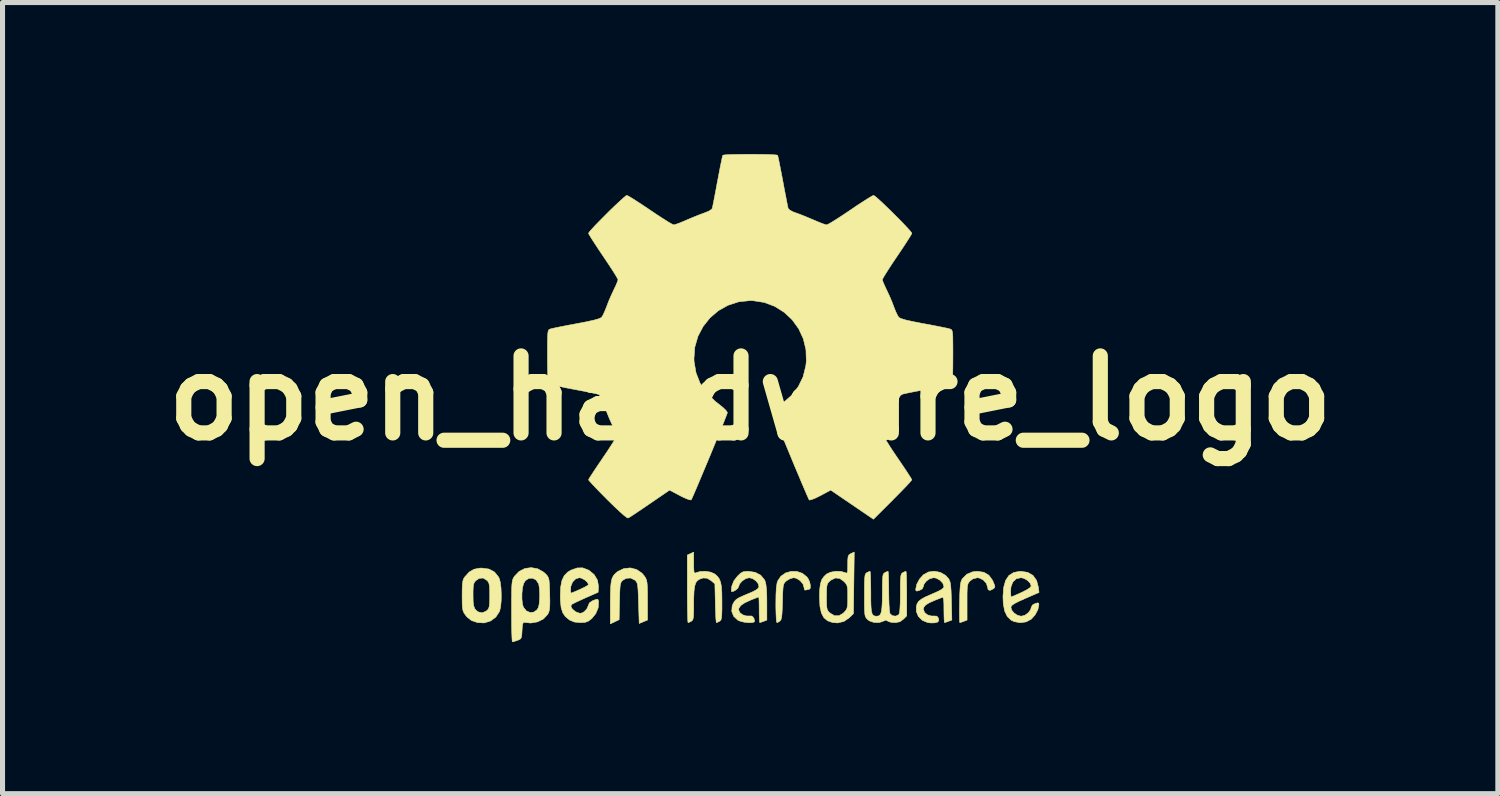
<source format=kicad_pcb>
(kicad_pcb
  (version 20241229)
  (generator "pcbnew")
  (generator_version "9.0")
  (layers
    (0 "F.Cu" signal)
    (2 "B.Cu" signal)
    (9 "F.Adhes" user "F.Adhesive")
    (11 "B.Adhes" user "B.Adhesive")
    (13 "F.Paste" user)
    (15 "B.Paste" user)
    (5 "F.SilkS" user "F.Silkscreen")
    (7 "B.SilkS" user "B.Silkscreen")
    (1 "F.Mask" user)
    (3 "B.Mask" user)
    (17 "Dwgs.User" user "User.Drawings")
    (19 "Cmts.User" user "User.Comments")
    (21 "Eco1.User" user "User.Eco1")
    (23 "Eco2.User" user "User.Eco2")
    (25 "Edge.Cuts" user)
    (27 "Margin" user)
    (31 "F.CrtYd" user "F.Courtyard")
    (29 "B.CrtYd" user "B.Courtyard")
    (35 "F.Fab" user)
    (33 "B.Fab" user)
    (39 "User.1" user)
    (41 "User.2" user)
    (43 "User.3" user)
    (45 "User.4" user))
  (footprint "open_hardware_logo"
    (layer "F.Cu")
    (at 11.8 4.83)
    (property "Reference" "open_hardware_logo" (at 0 0 0) (layer "F.SilkS") (effects (font (size 1.524 1.524) (thickness 0.3))))
    (attr through_hole)
    (fp_poly (pts (xy 4.626 3.448) (xy 4.724 3.506) (xy 4.797 3.606) (xy 4.806 3.626) (xy 4.835 3.696) (xy 4.844 3.735) (xy 4.832 3.759) (xy 4.812 3.776) (xy 4.75 3.807) (xy 4.711 3.795) (xy 4.699 3.745) (xy 4.676 3.669) (xy 4.618 3.604) (xy 4.541 3.563) (xy 4.496 3.556) (xy 4.407 3.58) (xy 4.355 3.618) (xy 4.33 3.645) (xy 4.313 3.674) (xy 4.302 3.715) (xy 4.296 3.776) (xy 4.293 3.867) (xy 4.293 3.997) (xy 4.293 4.038) (xy 4.293 4.395) (xy 4.227 4.42) (xy 4.175 4.439) (xy 4.149 4.445) (xy 4.145 4.421) (xy 4.143 4.355) (xy 4.142 4.255) (xy 4.143 4.13) (xy 4.144 4.045) (xy 4.148 3.888) (xy 4.154 3.774) (xy 4.161 3.693) (xy 4.172 3.637) (xy 4.188 3.596) (xy 4.201 3.574) (xy 4.29 3.486) (xy 4.408 3.438) (xy 4.496 3.429) (xy 4.626 3.448)) (stroke (width 0.01) (type solid)) (fill yes) (layer "F.SilkS"))
    (fp_poly (pts (xy -2.249 3.393) (xy -2.142 3.466) (xy -2.09 3.528) (xy -2.068 3.564) (xy -2.052 3.603) (xy -2.042 3.653) (xy -2.036 3.723) (xy -2.033 3.823) (xy -2.032 3.963) (xy -2.032 4.004) (xy -2.032 4.394) (xy -2.115 4.428) (xy -2.197 4.462) (xy -2.21 4.057) (xy -2.215 3.905) (xy -2.22 3.795) (xy -2.227 3.72) (xy -2.236 3.671) (xy -2.25 3.639) (xy -2.268 3.617) (xy -2.282 3.604) (xy -2.369 3.561) (xy -2.457 3.569) (xy -2.518 3.604) (xy -2.542 3.626) (xy -2.558 3.652) (xy -2.57 3.692) (xy -2.577 3.754) (xy -2.582 3.846) (xy -2.585 3.979) (xy -2.586 4.02) (xy -2.594 4.387) (xy -2.769 4.47) (xy -2.769 4.05) (xy -2.767 3.872) (xy -2.762 3.738) (xy -2.751 3.638) (xy -2.733 3.565) (xy -2.704 3.51) (xy -2.664 3.467) (xy -2.619 3.431) (xy -2.499 3.374) (xy -2.371 3.362) (xy -2.249 3.393)) (stroke (width 0.01) (type solid)) (fill yes) (layer "F.SilkS"))
    (fp_poly (pts (xy 0.926 3.432) (xy 1.034 3.469) (xy 1.123 3.541) (xy 1.152 3.582) (xy 1.179 3.646) (xy 1.192 3.712) (xy 1.19 3.764) (xy 1.171 3.785) (xy 1.17 3.785) (xy 1.128 3.793) (xy 1.107 3.8) (xy 1.076 3.799) (xy 1.067 3.757) (xy 1.067 3.753) (xy 1.045 3.681) (xy 0.989 3.614) (xy 0.917 3.568) (xy 0.862 3.556) (xy 0.794 3.573) (xy 0.724 3.613) (xy 0.719 3.617) (xy 0.691 3.643) (xy 0.671 3.67) (xy 0.658 3.706) (xy 0.65 3.762) (xy 0.645 3.846) (xy 0.641 3.968) (xy 0.64 4.03) (xy 0.635 4.176) (xy 0.629 4.279) (xy 0.621 4.348) (xy 0.608 4.389) (xy 0.591 4.412) (xy 0.59 4.413) (xy 0.547 4.44) (xy 0.529 4.445) (xy 0.521 4.421) (xy 0.515 4.355) (xy 0.511 4.257) (xy 0.508 4.134) (xy 0.508 4.076) (xy 0.51 3.896) (xy 0.517 3.761) (xy 0.53 3.669) (xy 0.543 3.622) (xy 0.608 3.526) (xy 0.701 3.461) (xy 0.811 3.43) (xy 0.926 3.432)) (stroke (width 0.01) (type solid)) (fill yes) (layer "F.SilkS"))
    (fp_poly (pts (xy -1.118 3.265) (xy -1.117 3.37) (xy -1.113 3.432) (xy -1.105 3.46) (xy -1.089 3.464) (xy -1.068 3.455) (xy -0.986 3.432) (xy -0.882 3.429) (xy -0.78 3.446) (xy -0.703 3.481) (xy -0.701 3.482) (xy -0.648 3.529) (xy -0.61 3.581) (xy -0.585 3.647) (xy -0.569 3.735) (xy -0.561 3.855) (xy -0.559 4.015) (xy -0.559 4.036) (xy -0.559 4.178) (xy -0.562 4.278) (xy -0.567 4.344) (xy -0.576 4.384) (xy -0.59 4.406) (xy -0.608 4.419) (xy -0.652 4.44) (xy -0.67 4.445) (xy -0.674 4.421) (xy -0.68 4.355) (xy -0.684 4.256) (xy -0.689 4.132) (xy -0.69 4.062) (xy -0.699 3.678) (xy -0.77 3.617) (xy -0.851 3.566) (xy -0.931 3.561) (xy -0.999 3.584) (xy -1.044 3.613) (xy -1.077 3.656) (xy -1.098 3.722) (xy -1.111 3.818) (xy -1.117 3.951) (xy -1.118 4.064) (xy -1.118 4.2) (xy -1.121 4.294) (xy -1.127 4.354) (xy -1.137 4.39) (xy -1.154 4.41) (xy -1.167 4.419) (xy -1.212 4.44) (xy -1.23 4.445) (xy -1.234 4.421) (xy -1.238 4.352) (xy -1.24 4.246) (xy -1.243 4.109) (xy -1.244 3.948) (xy -1.245 3.776) (xy -1.245 3.107) (xy -1.181 3.078) (xy -1.118 3.049) (xy -1.118 3.265)) (stroke (width 0.01) (type solid)) (fill yes) (layer "F.SilkS"))
    (fp_poly (pts (xy -5.172 3.384) (xy -5.062 3.442) (xy -4.983 3.539) (xy -4.969 3.566) (xy -4.947 3.643) (xy -4.933 3.754) (xy -4.927 3.883) (xy -4.929 4.013) (xy -4.94 4.129) (xy -4.959 4.215) (xy -4.962 4.224) (xy -5.036 4.336) (xy -5.141 4.413) (xy -5.267 4.451) (xy -5.397 4.444) (xy -5.516 4.404) (xy -5.606 4.333) (xy -5.643 4.286) (xy -5.669 4.246) (xy -5.686 4.203) (xy -5.696 4.147) (xy -5.701 4.065) (xy -5.702 3.947) (xy -5.702 3.907) (xy -5.702 3.898) (xy -5.486 3.898) (xy -5.484 4.026) (xy -5.473 4.113) (xy -5.45 4.172) (xy -5.413 4.212) (xy -5.374 4.236) (xy -5.304 4.25) (xy -5.23 4.219) (xy -5.201 4.196) (xy -5.179 4.169) (xy -5.166 4.126) (xy -5.159 4.056) (xy -5.156 3.948) (xy -5.156 3.909) (xy -5.157 3.792) (xy -5.162 3.714) (xy -5.173 3.664) (xy -5.191 3.63) (xy -5.212 3.608) (xy -5.287 3.562) (xy -5.363 3.568) (xy -5.428 3.611) (xy -5.456 3.642) (xy -5.473 3.68) (xy -5.482 3.735) (xy -5.486 3.822) (xy -5.486 3.898) (xy -5.702 3.898) (xy -5.701 3.776) (xy -5.697 3.685) (xy -5.688 3.622) (xy -5.674 3.578) (xy -5.651 3.542) (xy -5.65 3.54) (xy -5.562 3.443) (xy -5.467 3.388) (xy -5.351 3.366) (xy -5.313 3.365) (xy -5.172 3.384)) (stroke (width 0.01) (type solid)) (fill yes) (layer "F.SilkS"))
    (fp_poly (pts (xy 5.494 3.45) (xy 5.598 3.51) (xy 5.669 3.609) (xy 5.704 3.74) (xy 5.718 3.848) (xy 5.444 3.967) (xy 5.317 4.024) (xy 5.233 4.067) (xy 5.183 4.102) (xy 5.162 4.132) (xy 5.161 4.138) (xy 5.175 4.196) (xy 5.223 4.254) (xy 5.29 4.299) (xy 5.362 4.318) (xy 5.364 4.318) (xy 5.437 4.299) (xy 5.505 4.25) (xy 5.551 4.188) (xy 5.563 4.144) (xy 5.587 4.096) (xy 5.639 4.068) (xy 5.691 4.053) (xy 5.712 4.063) (xy 5.715 4.092) (xy 5.695 4.188) (xy 5.641 4.29) (xy 5.565 4.376) (xy 5.564 4.376) (xy 5.464 4.43) (xy 5.345 4.447) (xy 5.226 4.425) (xy 5.166 4.397) (xy 5.09 4.325) (xy 5.038 4.218) (xy 5.01 4.072) (xy 5.004 3.93) (xy 5.013 3.809) (xy 5.156 3.809) (xy 5.158 3.882) (xy 5.162 3.928) (xy 5.166 3.937) (xy 5.192 3.927) (xy 5.252 3.901) (xy 5.336 3.864) (xy 5.369 3.849) (xy 5.474 3.796) (xy 5.54 3.752) (xy 5.563 3.721) (xy 5.541 3.663) (xy 5.486 3.607) (xy 5.415 3.567) (xy 5.359 3.556) (xy 5.266 3.578) (xy 5.199 3.641) (xy 5.162 3.739) (xy 5.156 3.809) (xy 5.013 3.809) (xy 5.017 3.749) (xy 5.056 3.61) (xy 5.122 3.511) (xy 5.216 3.452) (xy 5.34 3.429) (xy 5.359 3.429) (xy 5.494 3.45)) (stroke (width 0.01) (type solid)) (fill yes) (layer "F.SilkS"))
    (fp_poly (pts (xy 2.052 3.657) (xy 2.045 4.266) (xy 1.966 4.345) (xy 1.856 4.421) (xy 1.729 4.451) (xy 1.631 4.443) (xy 1.531 4.408) (xy 1.458 4.347) (xy 1.409 4.254) (xy 1.381 4.125) (xy 1.372 3.953) (xy 1.372 3.937) (xy 1.511 3.937) (xy 1.512 4.054) (xy 1.515 4.132) (xy 1.525 4.183) (xy 1.542 4.216) (xy 1.569 4.245) (xy 1.583 4.257) (xy 1.67 4.308) (xy 1.755 4.309) (xy 1.839 4.26) (xy 1.856 4.244) (xy 1.891 4.206) (xy 1.913 4.169) (xy 1.925 4.12) (xy 1.93 4.047) (xy 1.93 3.937) (xy 1.93 3.826) (xy 1.925 3.753) (xy 1.913 3.704) (xy 1.891 3.668) (xy 1.856 3.63) (xy 1.772 3.57) (xy 1.687 3.561) (xy 1.6 3.603) (xy 1.583 3.617) (xy 1.55 3.647) (xy 1.53 3.678) (xy 1.518 3.721) (xy 1.513 3.788) (xy 1.511 3.889) (xy 1.511 3.937) (xy 1.372 3.937) (xy 1.376 3.787) (xy 1.39 3.676) (xy 1.417 3.594) (xy 1.462 3.53) (xy 1.514 3.482) (xy 1.59 3.447) (xy 1.691 3.429) (xy 1.795 3.431) (xy 1.879 3.454) (xy 1.881 3.455) (xy 1.906 3.465) (xy 1.921 3.456) (xy 1.928 3.419) (xy 1.93 3.344) (xy 1.93 3.294) (xy 1.932 3.197) (xy 1.938 3.138) (xy 1.953 3.105) (xy 1.98 3.085) (xy 1.995 3.077) (xy 2.06 3.048) (xy 2.052 3.657)) (stroke (width 0.01) (type solid)) (fill yes) (layer "F.SilkS"))
    (fp_poly (pts (xy -4.206 3.379) (xy -4.089 3.445) (xy -4.039 3.491) (xy -4.012 3.523) (xy -3.994 3.557) (xy -3.982 3.604) (xy -3.975 3.674) (xy -3.97 3.777) (xy -3.968 3.882) (xy -3.965 4.019) (xy -3.967 4.116) (xy -3.973 4.184) (xy -3.985 4.232) (xy -4.003 4.272) (xy -4.011 4.285) (xy -4.094 4.373) (xy -4.209 4.43) (xy -4.343 4.453) (xy -4.47 4.441) (xy -4.492 4.446) (xy -4.505 4.481) (xy -4.513 4.553) (xy -4.516 4.599) (xy -4.521 4.689) (xy -4.531 4.742) (xy -4.552 4.771) (xy -4.59 4.79) (xy -4.607 4.796) (xy -4.667 4.816) (xy -4.705 4.826) (xy -4.707 4.826) (xy -4.712 4.802) (xy -4.716 4.734) (xy -4.72 4.629) (xy -4.723 4.494) (xy -4.724 4.336) (xy -4.724 4.22) (xy -4.724 4.029) (xy -4.723 3.882) (xy -4.723 3.866) (xy -4.518 3.866) (xy -4.518 3.981) (xy -4.507 4.081) (xy -4.489 4.14) (xy -4.431 4.212) (xy -4.358 4.244) (xy -4.283 4.237) (xy -4.219 4.19) (xy -4.194 4.149) (xy -4.178 4.084) (xy -4.169 3.987) (xy -4.167 3.877) (xy -4.172 3.772) (xy -4.184 3.691) (xy -4.19 3.673) (xy -4.239 3.6) (xy -4.308 3.565) (xy -4.382 3.569) (xy -4.449 3.613) (xy -4.485 3.67) (xy -4.507 3.756) (xy -4.518 3.866) (xy -4.723 3.866) (xy -4.721 3.771) (xy -4.717 3.691) (xy -4.71 3.634) (xy -4.701 3.593) (xy -4.688 3.562) (xy -4.67 3.533) (xy -4.667 3.528) (xy -4.574 3.431) (xy -4.46 3.373) (xy -4.334 3.356) (xy -4.206 3.379)) (stroke (width 0.01) (type solid)) (fill yes) (layer "F.SilkS"))
    (fp_poly (pts (xy -3.202 3.404) (xy -3.19 3.41) (xy -3.088 3.495) (xy -3.023 3.605) (xy -3.002 3.729) (xy -3.003 3.745) (xy -3.01 3.845) (xy -3.264 3.956) (xy -3.369 4.004) (xy -3.457 4.045) (xy -3.518 4.076) (xy -3.539 4.089) (xy -3.548 4.127) (xy -3.521 4.175) (xy -3.468 4.221) (xy -3.428 4.242) (xy -3.367 4.261) (xy -3.321 4.25) (xy -3.281 4.224) (xy -3.231 4.169) (xy -3.205 4.108) (xy -3.205 4.108) (xy -3.183 4.054) (xy -3.125 4.014) (xy -3.104 4.005) (xy -3.043 3.983) (xy -3.015 3.984) (xy -3.004 4.012) (xy -3.001 4.034) (xy -3.009 4.152) (xy -3.058 4.269) (xy -3.138 4.366) (xy -3.202 4.415) (xy -3.265 4.439) (xy -3.351 4.445) (xy -3.363 4.445) (xy -3.477 4.434) (xy -3.567 4.398) (xy -3.584 4.387) (xy -3.66 4.324) (xy -3.712 4.246) (xy -3.743 4.144) (xy -3.757 4.008) (xy -3.759 3.913) (xy -3.753 3.775) (xy -3.556 3.775) (xy -3.553 3.833) (xy -3.547 3.86) (xy -3.546 3.861) (xy -3.519 3.851) (xy -3.459 3.826) (xy -3.377 3.79) (xy -3.368 3.786) (xy -3.286 3.747) (xy -3.227 3.714) (xy -3.201 3.693) (xy -3.2 3.692) (xy -3.221 3.649) (xy -3.272 3.602) (xy -3.334 3.567) (xy -3.381 3.556) (xy -3.455 3.579) (xy -3.515 3.64) (xy -3.55 3.725) (xy -3.556 3.775) (xy -3.753 3.775) (xy -3.752 3.742) (xy -3.727 3.612) (xy -3.681 3.515) (xy -3.612 3.444) (xy -3.546 3.405) (xy -3.424 3.362) (xy -3.314 3.361) (xy -3.202 3.404)) (stroke (width 0.01) (type solid)) (fill yes) (layer "F.SilkS"))
    (fp_poly (pts (xy 3.764 3.45) (xy 3.867 3.509) (xy 3.927 3.574) (xy 3.946 3.61) (xy 3.961 3.656) (xy 3.97 3.723) (xy 3.977 3.818) (xy 3.982 3.952) (xy 3.984 4.019) (xy 3.992 4.394) (xy 3.925 4.419) (xy 3.872 4.438) (xy 3.846 4.445) (xy 3.842 4.421) (xy 3.838 4.358) (xy 3.836 4.265) (xy 3.835 4.188) (xy 3.834 4.067) (xy 3.829 3.99) (xy 3.819 3.951) (xy 3.804 3.944) (xy 3.804 3.944) (xy 3.762 3.961) (xy 3.694 3.988) (xy 3.658 4.002) (xy 3.544 4.052) (xy 3.472 4.097) (xy 3.437 4.142) (xy 3.429 4.181) (xy 3.452 4.244) (xy 3.51 4.291) (xy 3.588 4.314) (xy 3.631 4.313) (xy 3.696 4.317) (xy 3.728 4.358) (xy 3.734 4.406) (xy 3.711 4.434) (xy 3.653 4.45) (xy 3.572 4.451) (xy 3.512 4.443) (xy 3.406 4.399) (xy 3.329 4.322) (xy 3.288 4.223) (xy 3.288 4.128) (xy 3.304 4.071) (xy 3.334 4.024) (xy 3.386 3.982) (xy 3.468 3.936) (xy 3.589 3.883) (xy 3.614 3.872) (xy 3.723 3.824) (xy 3.792 3.786) (xy 3.827 3.755) (xy 3.835 3.73) (xy 3.813 3.665) (xy 3.757 3.606) (xy 3.684 3.565) (xy 3.632 3.556) (xy 3.556 3.575) (xy 3.487 3.623) (xy 3.44 3.686) (xy 3.429 3.73) (xy 3.405 3.778) (xy 3.353 3.806) (xy 3.3 3.821) (xy 3.28 3.811) (xy 3.277 3.782) (xy 3.297 3.686) (xy 3.351 3.584) (xy 3.427 3.498) (xy 3.427 3.498) (xy 3.53 3.442) (xy 3.647 3.427) (xy 3.764 3.45)) (stroke (width 0.01) (type solid)) (fill yes) (layer "F.SilkS"))
    (fp_poly (pts (xy 0.099 3.449) (xy 0.208 3.506) (xy 0.282 3.595) (xy 0.294 3.619) (xy 0.311 3.685) (xy 0.323 3.786) (xy 0.329 3.928) (xy 0.33 4.051) (xy 0.33 4.395) (xy 0.265 4.42) (xy 0.213 4.438) (xy 0.189 4.445) (xy 0.184 4.421) (xy 0.181 4.358) (xy 0.178 4.265) (xy 0.178 4.191) (xy 0.177 4.084) (xy 0.175 4) (xy 0.172 3.948) (xy 0.169 3.937) (xy 0.143 3.946) (xy 0.084 3.969) (xy 0.015 3.996) (xy -0.108 4.053) (xy -0.186 4.106) (xy -0.223 4.159) (xy -0.229 4.19) (xy -0.206 4.246) (xy -0.149 4.29) (xy -0.074 4.313) (xy -0.027 4.313) (xy 0.033 4.314) (xy 0.067 4.347) (xy 0.073 4.358) (xy 0.087 4.407) (xy 0.083 4.43) (xy 0.04 4.445) (xy -0.034 4.446) (xy -0.12 4.436) (xy -0.2 4.416) (xy -0.245 4.396) (xy -0.327 4.32) (xy -0.365 4.223) (xy -0.357 4.116) (xy -0.339 4.07) (xy -0.311 4.023) (xy -0.276 3.986) (xy -0.22 3.951) (xy -0.135 3.912) (xy -0.064 3.882) (xy 0.051 3.833) (xy 0.124 3.794) (xy 0.162 3.761) (xy 0.173 3.736) (xy 0.16 3.676) (xy 0.112 3.616) (xy 0.045 3.572) (xy -0.021 3.556) (xy -0.089 3.574) (xy -0.158 3.62) (xy -0.21 3.679) (xy -0.229 3.733) (xy -0.247 3.767) (xy -0.289 3.802) (xy -0.336 3.828) (xy -0.369 3.83) (xy -0.371 3.829) (xy -0.373 3.801) (xy -0.367 3.742) (xy -0.364 3.723) (xy -0.323 3.618) (xy -0.254 3.528) (xy -0.193 3.469) (xy -0.14 3.439) (xy -0.074 3.43) (xy -0.036 3.429) (xy 0.099 3.449)) (stroke (width 0.01) (type solid)) (fill yes) (layer "F.SilkS"))
    (fp_poly (pts (xy 3.089 3.453) (xy 3.093 3.52) (xy 3.096 3.621) (xy 3.098 3.748) (xy 3.099 3.87) (xy 3.099 4.311) (xy 3.032 4.378) (xy 2.965 4.427) (xy 2.883 4.444) (xy 2.859 4.445) (xy 2.785 4.438) (xy 2.731 4.42) (xy 2.722 4.414) (xy 2.687 4.395) (xy 2.641 4.414) (xy 2.553 4.444) (xy 2.452 4.442) (xy 2.361 4.411) (xy 2.323 4.383) (xy 2.3 4.358) (xy 2.283 4.331) (xy 2.272 4.295) (xy 2.266 4.24) (xy 2.262 4.158) (xy 2.261 4.042) (xy 2.261 3.901) (xy 2.261 3.745) (xy 2.263 3.633) (xy 2.267 3.556) (xy 2.274 3.506) (xy 2.285 3.477) (xy 2.3 3.461) (xy 2.31 3.455) (xy 2.355 3.434) (xy 2.373 3.429) (xy 2.378 3.453) (xy 2.382 3.519) (xy 2.385 3.62) (xy 2.387 3.746) (xy 2.388 3.843) (xy 2.388 4.01) (xy 2.392 4.132) (xy 2.4 4.217) (xy 2.415 4.272) (xy 2.437 4.302) (xy 2.469 4.315) (xy 2.506 4.318) (xy 2.546 4.311) (xy 2.575 4.286) (xy 2.595 4.236) (xy 2.607 4.155) (xy 2.614 4.036) (xy 2.616 3.875) (xy 2.616 3.851) (xy 2.617 3.706) (xy 2.619 3.603) (xy 2.624 3.535) (xy 2.632 3.494) (xy 2.646 3.47) (xy 2.665 3.456) (xy 2.665 3.455) (xy 2.711 3.434) (xy 2.729 3.429) (xy 2.734 3.453) (xy 2.738 3.519) (xy 2.741 3.619) (xy 2.743 3.743) (xy 2.743 3.824) (xy 2.745 3.97) (xy 2.749 4.097) (xy 2.757 4.196) (xy 2.765 4.257) (xy 2.769 4.269) (xy 2.815 4.308) (xy 2.879 4.316) (xy 2.938 4.291) (xy 2.941 4.288) (xy 2.955 4.252) (xy 2.964 4.173) (xy 2.97 4.05) (xy 2.972 3.878) (xy 2.972 3.869) (xy 2.972 3.72) (xy 2.974 3.614) (xy 2.979 3.543) (xy 2.987 3.498) (xy 2.999 3.473) (xy 3.017 3.458) (xy 3.021 3.455) (xy 3.066 3.434) (xy 3.084 3.429) (xy 3.089 3.453)) (stroke (width 0.01) (type solid)) (fill yes) (layer "F.SilkS"))
    (fp_poly (pts (xy 0.207 -4.824) (xy 0.334 -4.822) (xy 0.438 -4.818) (xy 0.511 -4.813) (xy 0.542 -4.807) (xy 0.543 -4.806) (xy 0.551 -4.776) (xy 0.567 -4.704) (xy 0.588 -4.598) (xy 0.614 -4.465) (xy 0.643 -4.315) (xy 0.647 -4.292) (xy 0.676 -4.137) (xy 0.703 -3.998) (xy 0.725 -3.883) (xy 0.742 -3.799) (xy 0.751 -3.756) (xy 0.752 -3.754) (xy 0.783 -3.722) (xy 0.848 -3.687) (xy 0.897 -3.669) (xy 0.981 -3.639) (xy 1.092 -3.595) (xy 1.21 -3.545) (xy 1.251 -3.528) (xy 1.352 -3.485) (xy 1.438 -3.451) (xy 1.497 -3.432) (xy 1.513 -3.429) (xy 1.546 -3.443) (xy 1.613 -3.481) (xy 1.708 -3.54) (xy 1.823 -3.615) (xy 1.953 -3.702) (xy 1.981 -3.721) (xy 2.112 -3.81) (xy 2.231 -3.887) (xy 2.329 -3.95) (xy 2.401 -3.993) (xy 2.44 -4.013) (xy 2.443 -4.013) (xy 2.47 -3.996) (xy 2.526 -3.949) (xy 2.604 -3.878) (xy 2.696 -3.79) (xy 2.797 -3.692) (xy 2.899 -3.59) (xy 2.996 -3.492) (xy 3.081 -3.403) (xy 3.148 -3.33) (xy 3.19 -3.281) (xy 3.2 -3.262) (xy 3.187 -3.234) (xy 3.148 -3.171) (xy 3.09 -3.08) (xy 3.015 -2.966) (xy 2.929 -2.838) (xy 2.908 -2.807) (xy 2.82 -2.676) (xy 2.742 -2.557) (xy 2.68 -2.459) (xy 2.636 -2.386) (xy 2.617 -2.348) (xy 2.616 -2.344) (xy 2.627 -2.306) (xy 2.656 -2.237) (xy 2.696 -2.151) (xy 2.702 -2.139) (xy 2.756 -2.024) (xy 2.81 -1.897) (xy 2.845 -1.803) (xy 2.881 -1.713) (xy 2.917 -1.638) (xy 2.944 -1.596) (xy 2.989 -1.573) (xy 3.083 -1.545) (xy 3.228 -1.513) (xy 3.422 -1.475) (xy 3.442 -1.472) (xy 3.592 -1.444) (xy 3.727 -1.418) (xy 3.84 -1.395) (xy 3.92 -1.378) (xy 3.956 -1.368) (xy 3.975 -1.36) (xy 3.99 -1.347) (xy 4 -1.321) (xy 4.007 -1.277) (xy 4.011 -1.208) (xy 4.012 -1.107) (xy 4.013 -0.967) (xy 4.013 -0.829) (xy 4.012 -0.641) (xy 4.01 -0.498) (xy 4.005 -0.395) (xy 3.997 -0.329) (xy 3.987 -0.292) (xy 3.981 -0.284) (xy 3.946 -0.271) (xy 3.87 -0.251) (xy 3.762 -0.227) (xy 3.629 -0.2) (xy 3.504 -0.176) (xy 3.357 -0.148) (xy 3.224 -0.122) (xy 3.114 -0.1) (xy 3.038 -0.083) (xy 3.006 -0.074) (xy 2.972 -0.048) (xy 2.937 0.011) (xy 2.899 0.108) (xy 2.882 0.157) (xy 2.837 0.283) (xy 2.783 0.416) (xy 2.731 0.53) (xy 2.727 0.539) (xy 2.685 0.627) (xy 2.655 0.7) (xy 2.642 0.744) (xy 2.642 0.747) (xy 2.655 0.778) (xy 2.694 0.844) (xy 2.753 0.938) (xy 2.827 1.052) (xy 2.913 1.179) (xy 2.921 1.19) (xy 3.007 1.317) (xy 3.083 1.43) (xy 3.143 1.522) (xy 3.184 1.587) (xy 3.2 1.617) (xy 3.2 1.618) (xy 3.183 1.641) (xy 3.135 1.695) (xy 3.061 1.773) (xy 2.967 1.87) (xy 2.858 1.98) (xy 2.82 2.019) (xy 2.44 2.398) (xy 2.017 2.11) (xy 1.594 1.822) (xy 1.392 1.93) (xy 1.299 1.976) (xy 1.224 2.007) (xy 1.177 2.018) (xy 1.168 2.016) (xy 1.154 1.988) (xy 1.124 1.92) (xy 1.08 1.818) (xy 1.024 1.688) (xy 0.961 1.537) (xy 0.891 1.372) (xy 0.819 1.198) (xy 0.746 1.022) (xy 0.676 0.852) (xy 0.61 0.692) (xy 0.553 0.551) (xy 0.506 0.433) (xy 0.472 0.347) (xy 0.454 0.297) (xy 0.452 0.29) (xy 0.468 0.258) (xy 0.518 0.206) (xy 0.593 0.142) (xy 0.621 0.12) (xy 0.81 -0.045) (xy 0.951 -0.224) (xy 1.047 -0.42) (xy 1.101 -0.639) (xy 1.111 -0.727) (xy 1.104 -0.956) (xy 1.052 -1.173) (xy 0.96 -1.372) (xy 0.832 -1.549) (xy 0.673 -1.698) (xy 0.487 -1.815) (xy 0.28 -1.893) (xy 0.056 -1.928) (xy 0 -1.93) (xy -0.227 -1.906) (xy -0.439 -1.837) (xy -0.63 -1.73) (xy -0.796 -1.588) (xy -0.932 -1.417) (xy -1.034 -1.223) (xy -1.096 -1.009) (xy -1.113 -0.783) (xy -1.111 -0.727) (xy -1.072 -0.499) (xy -0.992 -0.295) (xy -0.868 -0.11) (xy -0.697 0.06) (xy -0.621 0.12) (xy -0.539 0.186) (xy -0.48 0.243) (xy -0.453 0.282) (xy -0.452 0.29) (xy -0.463 0.324) (xy -0.492 0.398) (xy -0.534 0.505) (xy -0.588 0.638) (xy -0.651 0.792) (xy -0.72 0.959) (xy -0.792 1.134) (xy -0.865 1.309) (xy -0.936 1.478) (xy -1.002 1.635) (xy -1.06 1.773) (xy -1.109 1.886) (xy -1.145 1.968) (xy -1.165 2.011) (xy -1.168 2.016) (xy -1.199 2.014) (xy -1.262 1.992) (xy -1.348 1.953) (xy -1.392 1.93) (xy -1.595 1.822) (xy -1.99 2.092) (xy -2.116 2.178) (xy -2.229 2.254) (xy -2.322 2.316) (xy -2.387 2.358) (xy -2.418 2.375) (xy -2.418 2.375) (xy -2.446 2.362) (xy -2.504 2.317) (xy -2.587 2.243) (xy -2.69 2.146) (xy -2.808 2.031) (xy -2.826 2.013) (xy -2.938 1.9) (xy -3.036 1.799) (xy -3.116 1.715) (xy -3.172 1.653) (xy -3.199 1.621) (xy -3.2 1.618) (xy -3.187 1.591) (xy -3.148 1.53) (xy -3.09 1.441) (xy -3.016 1.33) (xy -2.93 1.204) (xy -2.921 1.19) (xy -2.834 1.062) (xy -2.759 0.947) (xy -2.698 0.851) (xy -2.658 0.783) (xy -2.642 0.748) (xy -2.642 0.747) (xy -2.652 0.707) (xy -2.681 0.637) (xy -2.721 0.55) (xy -2.727 0.539) (xy -2.778 0.428) (xy -2.832 0.296) (xy -2.878 0.168) (xy -2.882 0.157) (xy -2.923 0.043) (xy -2.959 -0.03) (xy -2.993 -0.068) (xy -3.006 -0.074) (xy -3.048 -0.085) (xy -3.131 -0.103) (xy -3.245 -0.127) (xy -3.382 -0.153) (xy -3.504 -0.176) (xy -3.65 -0.204) (xy -3.779 -0.231) (xy -3.884 -0.254) (xy -3.954 -0.273) (xy -3.981 -0.284) (xy -3.993 -0.307) (xy -4.001 -0.359) (xy -4.007 -0.443) (xy -4.011 -0.566) (xy -4.013 -0.732) (xy -4.013 -0.829) (xy -4.013 -1.004) (xy -4.012 -1.134) (xy -4.01 -1.227) (xy -4.005 -1.29) (xy -3.998 -1.329) (xy -3.987 -1.351) (xy -3.971 -1.362) (xy -3.956 -1.368) (xy -3.913 -1.379) (xy -3.83 -1.397) (xy -3.715 -1.42) (xy -3.577 -1.447) (xy -3.442 -1.472) (xy -3.243 -1.51) (xy -3.094 -1.543) (xy -2.995 -1.571) (xy -2.946 -1.594) (xy -2.944 -1.596) (xy -2.915 -1.641) (xy -2.879 -1.718) (xy -2.845 -1.803) (xy -2.802 -1.916) (xy -2.747 -2.043) (xy -2.702 -2.139) (xy -2.66 -2.226) (xy -2.63 -2.298) (xy -2.616 -2.341) (xy -2.616 -2.344) (xy -2.63 -2.374) (xy -2.668 -2.439) (xy -2.727 -2.533) (xy -2.802 -2.647) (xy -2.888 -2.776) (xy -2.908 -2.806) (xy -2.997 -2.937) (xy -3.074 -3.055) (xy -3.137 -3.152) (xy -3.18 -3.223) (xy -3.2 -3.259) (xy -3.2 -3.263) (xy -3.183 -3.29) (xy -3.135 -3.345) (xy -3.064 -3.422) (xy -2.975 -3.513) (xy -2.876 -3.613) (xy -2.774 -3.715) (xy -2.674 -3.811) (xy -2.584 -3.895) (xy -2.511 -3.961) (xy -2.461 -4.003) (xy -2.442 -4.013) (xy -2.412 -3.999) (xy -2.347 -3.961) (xy -2.254 -3.902) (xy -2.139 -3.827) (xy -2.01 -3.741) (xy -1.981 -3.721) (xy -1.85 -3.633) (xy -1.73 -3.555) (xy -1.631 -3.492) (xy -1.557 -3.449) (xy -1.517 -3.43) (xy -1.513 -3.429) (xy -1.474 -3.439) (xy -1.4 -3.465) (xy -1.306 -3.504) (xy -1.251 -3.528) (xy -1.135 -3.577) (xy -1.019 -3.624) (xy -0.923 -3.66) (xy -0.897 -3.669) (xy -0.817 -3.702) (xy -0.764 -3.737) (xy -0.752 -3.754) (xy -0.743 -3.792) (xy -0.727 -3.871) (xy -0.705 -3.983) (xy -0.679 -4.12) (xy -0.651 -4.273) (xy -0.647 -4.292) (xy -0.618 -4.444) (xy -0.592 -4.58) (xy -0.569 -4.69) (xy -0.553 -4.768) (xy -0.543 -4.805) (xy -0.543 -4.806) (xy -0.514 -4.813) (xy -0.445 -4.818) (xy -0.342 -4.822) (xy -0.217 -4.824) (xy -0.077 -4.825) (xy 0.067 -4.825) (xy 0.207 -4.824)) (stroke (width 0.01) (type solid)) (fill yes) (layer "F.SilkS")))
  (gr_rect
    (start -3 -3)
    (end 26.6 12.661)
    (stroke (width 0.1) (type default))
    (fill no)
    (layer "Edge.Cuts")))
</source>
